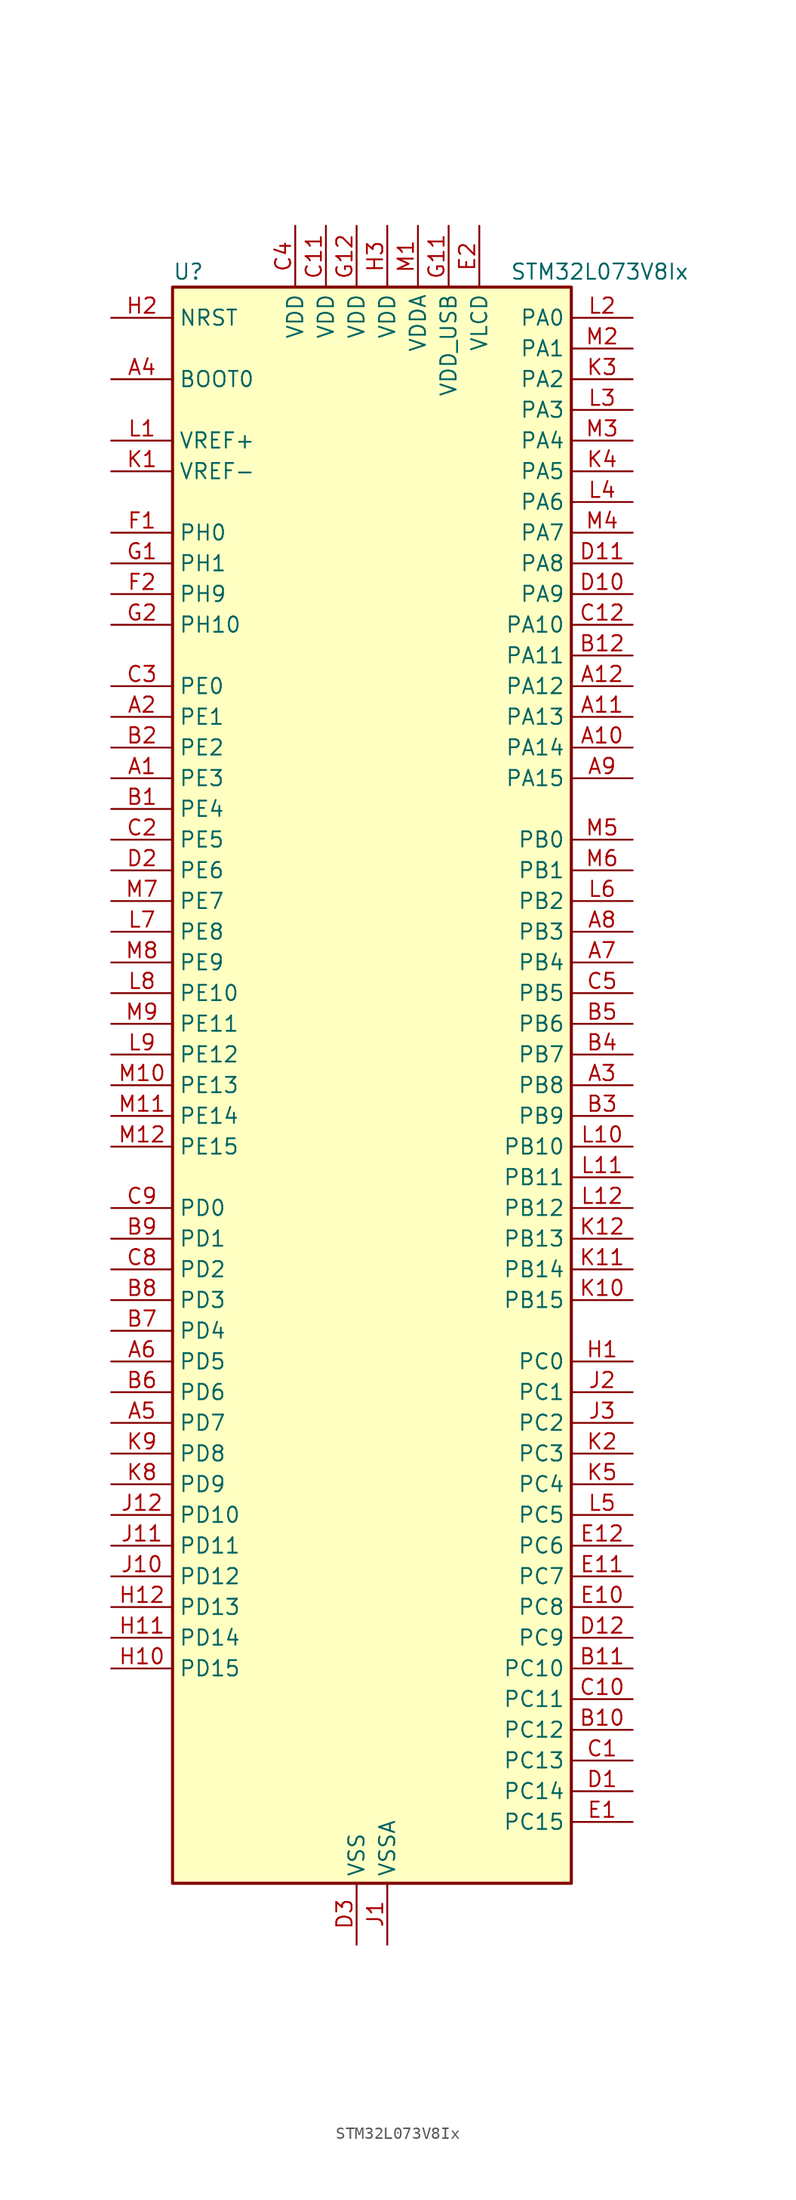
<source format=kicad_sym>
(kicad_symbol_lib
  (version 20220914)
  (generator kicad_symbol_editor)
  (symbol "STM32L073V8Ix"
    (property "Reference" "U"
      (at -15.24 67.31 0)
      (effects (font (size 1.27 1.27)) (justify left)))
    (property "Value" "STM32L073V8Ix"
      (at 12.7 67.31 0)
      (effects (font (size 1.27 1.27)) (justify left)))
    (property "ki_locked" ""
      (at 0 0 0)
      (effects (font (size 1.27 1.27))))
    (symbol "STM32L073V8Ix_0_1"
      (rectangle (start -15.24 -66.04) (end 17.78 66.04) (stroke (width 0.254) (type default)) (fill (type background))))
    (symbol "STM32L073V8Ix_1_1"
      (pin bidirectional line (at -20.32 25.4 0) (length 5.08) (name "PE3" (effects (font (size 1.27 1.27)))) (number "A1" (effects (font (size 1.27 1.27)))) (alternate "LCD_SEG39" bidirectional line) (alternate "TIM22_CH1" bidirectional line) (alternate "TIM3_CH1" bidirectional line))
      (pin bidirectional line (at 22.86 27.94 180) (length 5.08) (name "PA14" (effects (font (size 1.27 1.27)))) (number "A10" (effects (font (size 1.27 1.27)))) (alternate "LPUART1_TX" bidirectional line) (alternate "SYS_SWCLK" bidirectional line) (alternate "USART2_TX" bidirectional line))
      (pin bidirectional line (at 22.86 30.48 180) (length 5.08) (name "PA13" (effects (font (size 1.27 1.27)))) (number "A11" (effects (font (size 1.27 1.27)))) (alternate "LPUART1_RX" bidirectional line) (alternate "SYS_SWDIO" bidirectional line) (alternate "USB_NOE" bidirectional line))
      (pin bidirectional line (at 22.86 33.02 180) (length 5.08) (name "PA12" (effects (font (size 1.27 1.27)))) (number "A12" (effects (font (size 1.27 1.27)))) (alternate "COMP2_OUT" bidirectional line) (alternate "SPI1_MOSI" bidirectional line) (alternate "TSC_G4_IO4" bidirectional line) (alternate "USART1_DE" bidirectional line) (alternate "USART1_RTS" bidirectional line) (alternate "USB_DP" bidirectional line))
      (pin bidirectional line (at -20.32 30.48 0) (length 5.08) (name "PE1" (effects (font (size 1.27 1.27)))) (number "A2" (effects (font (size 1.27 1.27)))) (alternate "LCD_SEG37" bidirectional line))
      (pin bidirectional line (at 22.86 0 180) (length 5.08) (name "PB8" (effects (font (size 1.27 1.27)))) (number "A3" (effects (font (size 1.27 1.27)))) (alternate "I2C1_SCL" bidirectional line) (alternate "LCD_SEG16" bidirectional line) (alternate "TSC_SYNC" bidirectional line))
      (pin input line (at -20.32 58.42 0) (length 5.08) (name "BOOT0" (effects (font (size 1.27 1.27)))) (number "A4" (effects (font (size 1.27 1.27)))))
      (pin bidirectional line (at -20.32 -27.94 0) (length 5.08) (name "PD7" (effects (font (size 1.27 1.27)))) (number "A5" (effects (font (size 1.27 1.27)))) (alternate "TIM21_CH2" bidirectional line) (alternate "USART2_CK" bidirectional line))
      (pin bidirectional line (at -20.32 -22.86 0) (length 5.08) (name "PD5" (effects (font (size 1.27 1.27)))) (number "A6" (effects (font (size 1.27 1.27)))) (alternate "USART2_TX" bidirectional line))
      (pin bidirectional line (at 22.86 10.16 180) (length 5.08) (name "PB4" (effects (font (size 1.27 1.27)))) (number "A7" (effects (font (size 1.27 1.27)))) (alternate "COMP2_INP" bidirectional line) (alternate "I2C3_SDA" bidirectional line) (alternate "LCD_SEG8" bidirectional line) (alternate "SPI1_MISO" bidirectional line) (alternate "TIM22_CH1" bidirectional line) (alternate "TIM3_CH1" bidirectional line) (alternate "TSC_G5_IO2" bidirectional line) (alternate "USART1_CTS" bidirectional line) (alternate "USART5_RX" bidirectional line))
      (pin bidirectional line (at 22.86 12.7 180) (length 5.08) (name "PB3" (effects (font (size 1.27 1.27)))) (number "A8" (effects (font (size 1.27 1.27)))) (alternate "COMP2_INM" bidirectional line) (alternate "LCD_SEG7" bidirectional line) (alternate "SPI1_SCK" bidirectional line) (alternate "TIM2_CH2" bidirectional line) (alternate "TSC_G5_IO1" bidirectional line) (alternate "USART1_DE" bidirectional line) (alternate "USART1_RTS" bidirectional line) (alternate "USART5_TX" bidirectional line))
      (pin bidirectional line (at 22.86 25.4 180) (length 5.08) (name "PA15" (effects (font (size 1.27 1.27)))) (number "A9" (effects (font (size 1.27 1.27)))) (alternate "LCD_SEG17" bidirectional line) (alternate "SPI1_NSS" bidirectional line) (alternate "TIM2_CH1" bidirectional line) (alternate "TIM2_ETR" bidirectional line) (alternate "USART2_RX" bidirectional line) (alternate "USART4_DE" bidirectional line) (alternate "USART4_RTS" bidirectional line))
      (pin bidirectional line (at -20.32 22.86 0) (length 5.08) (name "PE4" (effects (font (size 1.27 1.27)))) (number "B1" (effects (font (size 1.27 1.27)))) (alternate "TIM22_CH2" bidirectional line) (alternate "TIM3_CH2" bidirectional line))
      (pin bidirectional line (at 22.86 -53.34 180) (length 5.08) (name "PC12" (effects (font (size 1.27 1.27)))) (number "B10" (effects (font (size 1.27 1.27)))) (alternate "LCD_COM6" bidirectional line) (alternate "LCD_SEG30" bidirectional line) (alternate "LCD_SEG50" bidirectional line) (alternate "USART4_CK" bidirectional line) (alternate "USART5_TX" bidirectional line))
      (pin bidirectional line (at 22.86 -48.26 180) (length 5.08) (name "PC10" (effects (font (size 1.27 1.27)))) (number "B11" (effects (font (size 1.27 1.27)))) (alternate "LCD_COM4" bidirectional line) (alternate "LCD_SEG28" bidirectional line) (alternate "LCD_SEG48" bidirectional line) (alternate "LPUART1_TX" bidirectional line) (alternate "USART4_TX" bidirectional line))
      (pin bidirectional line (at 22.86 35.56 180) (length 5.08) (name "PA11" (effects (font (size 1.27 1.27)))) (number "B12" (effects (font (size 1.27 1.27)))) (alternate "ADC_EXTI11" bidirectional line) (alternate "COMP1_OUT" bidirectional line) (alternate "SPI1_MISO" bidirectional line) (alternate "TSC_G4_IO3" bidirectional line) (alternate "USART1_CTS" bidirectional line) (alternate "USB_DM" bidirectional line))
      (pin bidirectional line (at -20.32 27.94 0) (length 5.08) (name "PE2" (effects (font (size 1.27 1.27)))) (number "B2" (effects (font (size 1.27 1.27)))) (alternate "LCD_SEG38" bidirectional line) (alternate "TIM3_ETR" bidirectional line))
      (pin bidirectional line (at 22.86 -2.54 180) (length 5.08) (name "PB9" (effects (font (size 1.27 1.27)))) (number "B3" (effects (font (size 1.27 1.27)))) (alternate "DAC_EXTI9" bidirectional line) (alternate "I2C1_SDA" bidirectional line) (alternate "I2S2_WS" bidirectional line) (alternate "LCD_COM3" bidirectional line) (alternate "SPI2_NSS" bidirectional line))
      (pin bidirectional line (at 22.86 2.54 180) (length 5.08) (name "PB7" (effects (font (size 1.27 1.27)))) (number "B4" (effects (font (size 1.27 1.27)))) (alternate "COMP2_INP" bidirectional line) (alternate "I2C1_SDA" bidirectional line) (alternate "LPTIM1_IN2" bidirectional line) (alternate "SYS_PVD_IN" bidirectional line) (alternate "TSC_G5_IO4" bidirectional line) (alternate "USART1_RX" bidirectional line) (alternate "USART4_CTS" bidirectional line))
      (pin bidirectional line (at 22.86 5.08 180) (length 5.08) (name "PB6" (effects (font (size 1.27 1.27)))) (number "B5" (effects (font (size 1.27 1.27)))) (alternate "COMP2_INP" bidirectional line) (alternate "I2C1_SCL" bidirectional line) (alternate "LPTIM1_ETR" bidirectional line) (alternate "TSC_G5_IO3" bidirectional line) (alternate "USART1_TX" bidirectional line))
      (pin bidirectional line (at -20.32 -25.4 0) (length 5.08) (name "PD6" (effects (font (size 1.27 1.27)))) (number "B6" (effects (font (size 1.27 1.27)))) (alternate "USART2_RX" bidirectional line))
      (pin bidirectional line (at -20.32 -20.32 0) (length 5.08) (name "PD4" (effects (font (size 1.27 1.27)))) (number "B7" (effects (font (size 1.27 1.27)))) (alternate "I2S2_SD" bidirectional line) (alternate "SPI2_MOSI" bidirectional line) (alternate "USART2_DE" bidirectional line) (alternate "USART2_RTS" bidirectional line))
      (pin bidirectional line (at -20.32 -17.78 0) (length 5.08) (name "PD3" (effects (font (size 1.27 1.27)))) (number "B8" (effects (font (size 1.27 1.27)))) (alternate "I2S2_MCK" bidirectional line) (alternate "LCD_SEG44" bidirectional line) (alternate "SPI2_MISO" bidirectional line) (alternate "USART2_CTS" bidirectional line))
      (pin bidirectional line (at -20.32 -12.7 0) (length 5.08) (name "PD1" (effects (font (size 1.27 1.27)))) (number "B9" (effects (font (size 1.27 1.27)))) (alternate "I2S2_CK" bidirectional line) (alternate "SPI2_SCK" bidirectional line))
      (pin bidirectional line (at 22.86 -55.88 180) (length 5.08) (name "PC13" (effects (font (size 1.27 1.27)))) (number "C1" (effects (font (size 1.27 1.27)))) (alternate "RTC_OUT_ALARM" bidirectional line) (alternate "RTC_OUT_CALIB" bidirectional line) (alternate "RTC_TAMP1" bidirectional line) (alternate "RTC_TS" bidirectional line) (alternate "SYS_WKUP2" bidirectional line))
      (pin bidirectional line (at 22.86 -50.8 180) (length 5.08) (name "PC11" (effects (font (size 1.27 1.27)))) (number "C10" (effects (font (size 1.27 1.27)))) (alternate "ADC_EXTI11" bidirectional line) (alternate "LCD_COM5" bidirectional line) (alternate "LCD_SEG29" bidirectional line) (alternate "LCD_SEG49" bidirectional line) (alternate "LPUART1_RX" bidirectional line) (alternate "USART4_RX" bidirectional line))
      (pin power_in line (at -2.54 71.12 270) (length 5.08) (name "VDD" (effects (font (size 1.27 1.27)))) (number "C11" (effects (font (size 1.27 1.27)))))
      (pin bidirectional line (at 22.86 38.1 180) (length 5.08) (name "PA10" (effects (font (size 1.27 1.27)))) (number "C12" (effects (font (size 1.27 1.27)))) (alternate "I2C1_SDA" bidirectional line) (alternate "LCD_COM2" bidirectional line) (alternate "TSC_G4_IO2" bidirectional line) (alternate "USART1_RX" bidirectional line))
      (pin bidirectional line (at -20.32 20.32 0) (length 5.08) (name "PE5" (effects (font (size 1.27 1.27)))) (number "C2" (effects (font (size 1.27 1.27)))) (alternate "TIM21_CH1" bidirectional line) (alternate "TIM3_CH3" bidirectional line))
      (pin bidirectional line (at -20.32 33.02 0) (length 5.08) (name "PE0" (effects (font (size 1.27 1.27)))) (number "C3" (effects (font (size 1.27 1.27)))) (alternate "LCD_SEG36" bidirectional line))
      (pin power_in line (at -5.08 71.12 270) (length 5.08) (name "VDD" (effects (font (size 1.27 1.27)))) (number "C4" (effects (font (size 1.27 1.27)))))
      (pin bidirectional line (at 22.86 7.62 180) (length 5.08) (name "PB5" (effects (font (size 1.27 1.27)))) (number "C5" (effects (font (size 1.27 1.27)))) (alternate "COMP2_INP" bidirectional line) (alternate "I2C1_SMBA" bidirectional line) (alternate "LCD_SEG9" bidirectional line) (alternate "LPTIM1_IN1" bidirectional line) (alternate "SPI1_MOSI" bidirectional line) (alternate "TIM22_CH2" bidirectional line) (alternate "TIM3_CH2" bidirectional line) (alternate "USART1_CK" bidirectional line) (alternate "USART5_CK" bidirectional line) (alternate "USART5_DE" bidirectional line) (alternate "USART5_RTS" bidirectional line))
      (pin bidirectional line (at -20.32 -15.24 0) (length 5.08) (name "PD2" (effects (font (size 1.27 1.27)))) (number "C8" (effects (font (size 1.27 1.27)))) (alternate "LCD_COM7" bidirectional line) (alternate "LCD_SEG31" bidirectional line) (alternate "LCD_SEG51" bidirectional line) (alternate "LPUART1_DE" bidirectional line) (alternate "LPUART1_RTS" bidirectional line) (alternate "TIM3_ETR" bidirectional line) (alternate "USART5_RX" bidirectional line))
      (pin bidirectional line (at -20.32 -10.16 0) (length 5.08) (name "PD0" (effects (font (size 1.27 1.27)))) (number "C9" (effects (font (size 1.27 1.27)))) (alternate "I2S2_WS" bidirectional line) (alternate "SPI2_NSS" bidirectional line) (alternate "TIM21_CH1" bidirectional line))
      (pin bidirectional line (at 22.86 -58.42 180) (length 5.08) (name "PC14" (effects (font (size 1.27 1.27)))) (number "D1" (effects (font (size 1.27 1.27)))) (alternate "RCC_OSC32_IN" bidirectional line))
      (pin bidirectional line (at 22.86 40.64 180) (length 5.08) (name "PA9" (effects (font (size 1.27 1.27)))) (number "D10" (effects (font (size 1.27 1.27)))) (alternate "DAC_EXTI9" bidirectional line) (alternate "I2C1_SCL" bidirectional line) (alternate "I2C3_SMBA" bidirectional line) (alternate "LCD_COM1" bidirectional line) (alternate "RCC_MCO" bidirectional line) (alternate "TSC_G4_IO1" bidirectional line) (alternate "USART1_TX" bidirectional line))
      (pin bidirectional line (at 22.86 43.18 180) (length 5.08) (name "PA8" (effects (font (size 1.27 1.27)))) (number "D11" (effects (font (size 1.27 1.27)))) (alternate "CRS_SYNC" bidirectional line) (alternate "I2C3_SCL" bidirectional line) (alternate "LCD_COM0" bidirectional line) (alternate "RCC_MCO" bidirectional line) (alternate "USART1_CK" bidirectional line))
      (pin bidirectional line (at 22.86 -45.72 180) (length 5.08) (name "PC9" (effects (font (size 1.27 1.27)))) (number "D12" (effects (font (size 1.27 1.27)))) (alternate "DAC_EXTI9" bidirectional line) (alternate "I2C3_SDA" bidirectional line) (alternate "LCD_SEG27" bidirectional line) (alternate "TIM21_ETR" bidirectional line) (alternate "TIM3_CH4" bidirectional line) (alternate "TSC_G8_IO4" bidirectional line) (alternate "USB_NOE" bidirectional line))
      (pin bidirectional line (at -20.32 17.78 0) (length 5.08) (name "PE6" (effects (font (size 1.27 1.27)))) (number "D2" (effects (font (size 1.27 1.27)))) (alternate "RTC_TAMP3" bidirectional line) (alternate "SYS_WKUP3" bidirectional line) (alternate "TIM21_CH2" bidirectional line) (alternate "TIM3_CH4" bidirectional line))
      (pin power_in line (at 0 -71.12 90) (length 5.08) (name "VSS" (effects (font (size 1.27 1.27)))) (number "D3" (effects (font (size 1.27 1.27)))))
      (pin bidirectional line (at 22.86 -60.96 180) (length 5.08) (name "PC15" (effects (font (size 1.27 1.27)))) (number "E1" (effects (font (size 1.27 1.27)))) (alternate "RCC_OSC32_OUT" bidirectional line))
      (pin bidirectional line (at 22.86 -43.18 180) (length 5.08) (name "PC8" (effects (font (size 1.27 1.27)))) (number "E10" (effects (font (size 1.27 1.27)))) (alternate "LCD_SEG26" bidirectional line) (alternate "TIM22_ETR" bidirectional line) (alternate "TIM3_CH3" bidirectional line) (alternate "TSC_G8_IO3" bidirectional line))
      (pin bidirectional line (at 22.86 -40.64 180) (length 5.08) (name "PC7" (effects (font (size 1.27 1.27)))) (number "E11" (effects (font (size 1.27 1.27)))) (alternate "LCD_SEG25" bidirectional line) (alternate "TIM22_CH2" bidirectional line) (alternate "TIM3_CH2" bidirectional line) (alternate "TSC_G8_IO2" bidirectional line))
      (pin bidirectional line (at 22.86 -38.1 180) (length 5.08) (name "PC6" (effects (font (size 1.27 1.27)))) (number "E12" (effects (font (size 1.27 1.27)))) (alternate "LCD_SEG24" bidirectional line) (alternate "TIM22_CH1" bidirectional line) (alternate "TIM3_CH1" bidirectional line) (alternate "TSC_G8_IO1" bidirectional line))
      (pin power_in line (at 10.16 71.12 270) (length 5.08) (name "VLCD" (effects (font (size 1.27 1.27)))) (number "E2" (effects (font (size 1.27 1.27)))))
      (pin passive line (at 0 -71.12 90) (length 5.08) hide (name "VSS" (effects (font (size 1.27 1.27)))) (number "E3" (effects (font (size 1.27 1.27)))))
      (pin bidirectional line (at -20.32 45.72 0) (length 5.08) (name "PH0" (effects (font (size 1.27 1.27)))) (number "F1" (effects (font (size 1.27 1.27)))) (alternate "CRS_SYNC" bidirectional line) (alternate "RCC_OSC_IN" bidirectional line))
      (pin passive line (at 0 -71.12 90) (length 5.08) hide (name "VSS" (effects (font (size 1.27 1.27)))) (number "F11" (effects (font (size 1.27 1.27)))))
      (pin passive line (at 0 -71.12 90) (length 5.08) hide (name "VSS" (effects (font (size 1.27 1.27)))) (number "F12" (effects (font (size 1.27 1.27)))))
      (pin bidirectional line (at -20.32 40.64 0) (length 5.08) (name "PH9" (effects (font (size 1.27 1.27)))) (number "F2" (effects (font (size 1.27 1.27)))) (alternate "DAC_EXTI9" bidirectional line))
      (pin bidirectional line (at -20.32 43.18 0) (length 5.08) (name "PH1" (effects (font (size 1.27 1.27)))) (number "G1" (effects (font (size 1.27 1.27)))) (alternate "RCC_OSC_OUT" bidirectional line))
      (pin power_in line (at 7.62 71.12 270) (length 5.08) (name "VDD_USB" (effects (font (size 1.27 1.27)))) (number "G11" (effects (font (size 1.27 1.27)))))
      (pin power_in line (at 0 71.12 270) (length 5.08) (name "VDD" (effects (font (size 1.27 1.27)))) (number "G12" (effects (font (size 1.27 1.27)))))
      (pin bidirectional line (at -20.32 38.1 0) (length 5.08) (name "PH10" (effects (font (size 1.27 1.27)))) (number "G2" (effects (font (size 1.27 1.27)))))
      (pin bidirectional line (at 22.86 -22.86 180) (length 5.08) (name "PC0" (effects (font (size 1.27 1.27)))) (number "H1" (effects (font (size 1.27 1.27)))) (alternate "ADC_IN10" bidirectional line) (alternate "I2C3_SCL" bidirectional line) (alternate "LCD_SEG18" bidirectional line) (alternate "LPTIM1_IN1" bidirectional line) (alternate "LPUART1_RX" bidirectional line) (alternate "TSC_G7_IO1" bidirectional line))
      (pin bidirectional line (at -20.32 -48.26 0) (length 5.08) (name "PD15" (effects (font (size 1.27 1.27)))) (number "H10" (effects (font (size 1.27 1.27)))) (alternate "CRS_SYNC" bidirectional line) (alternate "LCD_SEG35" bidirectional line))
      (pin bidirectional line (at -20.32 -45.72 0) (length 5.08) (name "PD14" (effects (font (size 1.27 1.27)))) (number "H11" (effects (font (size 1.27 1.27)))) (alternate "LCD_SEG34" bidirectional line))
      (pin bidirectional line (at -20.32 -43.18 0) (length 5.08) (name "PD13" (effects (font (size 1.27 1.27)))) (number "H12" (effects (font (size 1.27 1.27)))) (alternate "LCD_SEG33" bidirectional line))
      (pin input line (at -20.32 63.5 0) (length 5.08) (name "NRST" (effects (font (size 1.27 1.27)))) (number "H2" (effects (font (size 1.27 1.27)))))
      (pin power_in line (at 2.54 71.12 270) (length 5.08) (name "VDD" (effects (font (size 1.27 1.27)))) (number "H3" (effects (font (size 1.27 1.27)))))
      (pin power_in line (at 2.54 -71.12 90) (length 5.08) (name "VSSA" (effects (font (size 1.27 1.27)))) (number "J1" (effects (font (size 1.27 1.27)))))
      (pin bidirectional line (at -20.32 -40.64 0) (length 5.08) (name "PD12" (effects (font (size 1.27 1.27)))) (number "J10" (effects (font (size 1.27 1.27)))) (alternate "LCD_SEG32" bidirectional line) (alternate "LPUART1_DE" bidirectional line) (alternate "LPUART1_RTS" bidirectional line))
      (pin bidirectional line (at -20.32 -38.1 0) (length 5.08) (name "PD11" (effects (font (size 1.27 1.27)))) (number "J11" (effects (font (size 1.27 1.27)))) (alternate "ADC_EXTI11" bidirectional line) (alternate "LCD_SEG31" bidirectional line) (alternate "LPUART1_CTS" bidirectional line))
      (pin bidirectional line (at -20.32 -35.56 0) (length 5.08) (name "PD10" (effects (font (size 1.27 1.27)))) (number "J12" (effects (font (size 1.27 1.27)))) (alternate "LCD_SEG30" bidirectional line))
      (pin bidirectional line (at 22.86 -25.4 180) (length 5.08) (name "PC1" (effects (font (size 1.27 1.27)))) (number "J2" (effects (font (size 1.27 1.27)))) (alternate "ADC_IN11" bidirectional line) (alternate "I2C3_SDA" bidirectional line) (alternate "LCD_SEG19" bidirectional line) (alternate "LPTIM1_OUT" bidirectional line) (alternate "LPUART1_TX" bidirectional line) (alternate "TSC_G7_IO2" bidirectional line))
      (pin bidirectional line (at 22.86 -27.94 180) (length 5.08) (name "PC2" (effects (font (size 1.27 1.27)))) (number "J3" (effects (font (size 1.27 1.27)))) (alternate "ADC_IN12" bidirectional line) (alternate "I2S2_MCK" bidirectional line) (alternate "LCD_SEG20" bidirectional line) (alternate "LPTIM1_IN2" bidirectional line) (alternate "SPI2_MISO" bidirectional line) (alternate "TSC_G7_IO3" bidirectional line))
      (pin input line (at -20.32 50.8 0) (length 5.08) (name "VREF-" (effects (font (size 1.27 1.27)))) (number "K1" (effects (font (size 1.27 1.27)))))
      (pin bidirectional line (at 22.86 -17.78 180) (length 5.08) (name "PB15" (effects (font (size 1.27 1.27)))) (number "K10" (effects (font (size 1.27 1.27)))) (alternate "I2S2_SD" bidirectional line) (alternate "LCD_SEG15" bidirectional line) (alternate "RTC_REFIN" bidirectional line) (alternate "SPI2_MOSI" bidirectional line))
      (pin bidirectional line (at 22.86 -15.24 180) (length 5.08) (name "PB14" (effects (font (size 1.27 1.27)))) (number "K11" (effects (font (size 1.27 1.27)))) (alternate "I2C2_SDA" bidirectional line) (alternate "I2S2_MCK" bidirectional line) (alternate "LCD_SEG14" bidirectional line) (alternate "LPUART1_DE" bidirectional line) (alternate "LPUART1_RTS" bidirectional line) (alternate "RTC_OUT_ALARM" bidirectional line) (alternate "RTC_OUT_CALIB" bidirectional line) (alternate "SPI2_MISO" bidirectional line) (alternate "TIM21_CH2" bidirectional line) (alternate "TSC_G6_IO4" bidirectional line))
      (pin bidirectional line (at 22.86 -12.7 180) (length 5.08) (name "PB13" (effects (font (size 1.27 1.27)))) (number "K12" (effects (font (size 1.27 1.27)))) (alternate "I2C2_SCL" bidirectional line) (alternate "I2S2_CK" bidirectional line) (alternate "LCD_SEG13" bidirectional line) (alternate "LPUART1_CTS" bidirectional line) (alternate "RCC_MCO" bidirectional line) (alternate "SPI2_SCK" bidirectional line) (alternate "TIM21_CH1" bidirectional line) (alternate "TSC_G6_IO3" bidirectional line))
      (pin bidirectional line (at 22.86 -30.48 180) (length 5.08) (name "PC3" (effects (font (size 1.27 1.27)))) (number "K2" (effects (font (size 1.27 1.27)))) (alternate "ADC_IN13" bidirectional line) (alternate "I2S2_SD" bidirectional line) (alternate "LCD_SEG21" bidirectional line) (alternate "LPTIM1_ETR" bidirectional line) (alternate "SPI2_MOSI" bidirectional line) (alternate "TSC_G7_IO4" bidirectional line))
      (pin bidirectional line (at 22.86 58.42 180) (length 5.08) (name "PA2" (effects (font (size 1.27 1.27)))) (number "K3" (effects (font (size 1.27 1.27)))) (alternate "ADC_IN2" bidirectional line) (alternate "COMP2_INM" bidirectional line) (alternate "COMP2_OUT" bidirectional line) (alternate "LCD_SEG1" bidirectional line) (alternate "LPUART1_TX" bidirectional line) (alternate "TIM21_CH1" bidirectional line) (alternate "TIM2_CH3" bidirectional line) (alternate "TSC_G1_IO3" bidirectional line) (alternate "USART2_TX" bidirectional line))
      (pin bidirectional line (at 22.86 50.8 180) (length 5.08) (name "PA5" (effects (font (size 1.27 1.27)))) (number "K4" (effects (font (size 1.27 1.27)))) (alternate "ADC_IN5" bidirectional line) (alternate "COMP1_INM" bidirectional line) (alternate "COMP2_INM" bidirectional line) (alternate "DAC_OUT2" bidirectional line) (alternate "SPI1_SCK" bidirectional line) (alternate "TIM2_CH1" bidirectional line) (alternate "TIM2_ETR" bidirectional line) (alternate "TSC_G2_IO2" bidirectional line))
      (pin bidirectional line (at 22.86 -33.02 180) (length 5.08) (name "PC4" (effects (font (size 1.27 1.27)))) (number "K5" (effects (font (size 1.27 1.27)))) (alternate "ADC_IN14" bidirectional line) (alternate "LCD_SEG22" bidirectional line) (alternate "LPUART1_TX" bidirectional line))
      (pin bidirectional line (at -20.32 -33.02 0) (length 5.08) (name "PD9" (effects (font (size 1.27 1.27)))) (number "K8" (effects (font (size 1.27 1.27)))) (alternate "DAC_EXTI9" bidirectional line) (alternate "LCD_SEG29" bidirectional line) (alternate "LPUART1_RX" bidirectional line))
      (pin bidirectional line (at -20.32 -30.48 0) (length 5.08) (name "PD8" (effects (font (size 1.27 1.27)))) (number "K9" (effects (font (size 1.27 1.27)))) (alternate "LCD_SEG28" bidirectional line) (alternate "LPUART1_TX" bidirectional line))
      (pin input line (at -20.32 53.34 0) (length 5.08) (name "VREF+" (effects (font (size 1.27 1.27)))) (number "L1" (effects (font (size 1.27 1.27)))))
      (pin bidirectional line (at 22.86 -5.08 180) (length 5.08) (name "PB10" (effects (font (size 1.27 1.27)))) (number "L10" (effects (font (size 1.27 1.27)))) (alternate "I2C2_SCL" bidirectional line) (alternate "LCD_SEG10" bidirectional line) (alternate "LPUART1_RX" bidirectional line) (alternate "LPUART1_TX" bidirectional line) (alternate "SPI2_SCK" bidirectional line) (alternate "TIM2_CH3" bidirectional line) (alternate "TSC_SYNC" bidirectional line))
      (pin bidirectional line (at 22.86 -7.62 180) (length 5.08) (name "PB11" (effects (font (size 1.27 1.27)))) (number "L11" (effects (font (size 1.27 1.27)))) (alternate "ADC_EXTI11" bidirectional line) (alternate "I2C2_SDA" bidirectional line) (alternate "LCD_SEG11" bidirectional line) (alternate "LPUART1_RX" bidirectional line) (alternate "LPUART1_TX" bidirectional line) (alternate "TIM2_CH4" bidirectional line) (alternate "TSC_G6_IO1" bidirectional line))
      (pin bidirectional line (at 22.86 -10.16 180) (length 5.08) (name "PB12" (effects (font (size 1.27 1.27)))) (number "L12" (effects (font (size 1.27 1.27)))) (alternate "I2S2_WS" bidirectional line) (alternate "LCD_SEG12" bidirectional line) (alternate "LCD_VLCD2" bidirectional line) (alternate "LPUART1_DE" bidirectional line) (alternate "LPUART1_RTS" bidirectional line) (alternate "SPI2_NSS" bidirectional line) (alternate "TSC_G6_IO2" bidirectional line))
      (pin bidirectional line (at 22.86 63.5 180) (length 5.08) (name "PA0" (effects (font (size 1.27 1.27)))) (number "L2" (effects (font (size 1.27 1.27)))) (alternate "ADC_IN0" bidirectional line) (alternate "COMP1_INM" bidirectional line) (alternate "COMP1_OUT" bidirectional line) (alternate "RTC_TAMP2" bidirectional line) (alternate "SYS_WKUP1" bidirectional line) (alternate "TIM2_CH1" bidirectional line) (alternate "TIM2_ETR" bidirectional line) (alternate "TSC_G1_IO1" bidirectional line) (alternate "USART2_CTS" bidirectional line) (alternate "USART4_TX" bidirectional line))
      (pin bidirectional line (at 22.86 55.88 180) (length 5.08) (name "PA3" (effects (font (size 1.27 1.27)))) (number "L3" (effects (font (size 1.27 1.27)))) (alternate "ADC_IN3" bidirectional line) (alternate "COMP2_INP" bidirectional line) (alternate "LCD_SEG2" bidirectional line) (alternate "LPUART1_RX" bidirectional line) (alternate "TIM21_CH2" bidirectional line) (alternate "TIM2_CH4" bidirectional line) (alternate "TSC_G1_IO4" bidirectional line) (alternate "USART2_RX" bidirectional line))
      (pin bidirectional line (at 22.86 48.26 180) (length 5.08) (name "PA6" (effects (font (size 1.27 1.27)))) (number "L4" (effects (font (size 1.27 1.27)))) (alternate "ADC_IN6" bidirectional line) (alternate "COMP1_OUT" bidirectional line) (alternate "LCD_SEG3" bidirectional line) (alternate "LPUART1_CTS" bidirectional line) (alternate "SPI1_MISO" bidirectional line) (alternate "TIM22_CH1" bidirectional line) (alternate "TIM3_CH1" bidirectional line) (alternate "TSC_G2_IO3" bidirectional line))
      (pin bidirectional line (at 22.86 -35.56 180) (length 5.08) (name "PC5" (effects (font (size 1.27 1.27)))) (number "L5" (effects (font (size 1.27 1.27)))) (alternate "ADC_IN15" bidirectional line) (alternate "LCD_SEG23" bidirectional line) (alternate "LPUART1_RX" bidirectional line) (alternate "TSC_G3_IO1" bidirectional line))
      (pin bidirectional line (at 22.86 15.24 180) (length 5.08) (name "PB2" (effects (font (size 1.27 1.27)))) (number "L6" (effects (font (size 1.27 1.27)))) (alternate "I2C3_SMBA" bidirectional line) (alternate "LCD_VLCD2" bidirectional line) (alternate "LPTIM1_OUT" bidirectional line) (alternate "TSC_G3_IO4" bidirectional line))
      (pin bidirectional line (at -20.32 12.7 0) (length 5.08) (name "PE8" (effects (font (size 1.27 1.27)))) (number "L7" (effects (font (size 1.27 1.27)))) (alternate "LCD_SEG46" bidirectional line) (alternate "USART4_TX" bidirectional line))
      (pin bidirectional line (at -20.32 7.62 0) (length 5.08) (name "PE10" (effects (font (size 1.27 1.27)))) (number "L8" (effects (font (size 1.27 1.27)))) (alternate "LCD_SEG40" bidirectional line) (alternate "TIM2_CH2" bidirectional line) (alternate "USART5_TX" bidirectional line))
      (pin bidirectional line (at -20.32 2.54 0) (length 5.08) (name "PE12" (effects (font (size 1.27 1.27)))) (number "L9" (effects (font (size 1.27 1.27)))) (alternate "LCD_VLCD3" bidirectional line) (alternate "SPI1_NSS" bidirectional line) (alternate "TIM2_CH4" bidirectional line))
      (pin power_in line (at 5.08 71.12 270) (length 5.08) (name "VDDA" (effects (font (size 1.27 1.27)))) (number "M1" (effects (font (size 1.27 1.27)))))
      (pin bidirectional line (at -20.32 0 0) (length 5.08) (name "PE13" (effects (font (size 1.27 1.27)))) (number "M10" (effects (font (size 1.27 1.27)))) (alternate "LCD_SEG41" bidirectional line) (alternate "SPI1_SCK" bidirectional line))
      (pin bidirectional line (at -20.32 -2.54 0) (length 5.08) (name "PE14" (effects (font (size 1.27 1.27)))) (number "M11" (effects (font (size 1.27 1.27)))) (alternate "LCD_SEG42" bidirectional line) (alternate "SPI1_MISO" bidirectional line))
      (pin bidirectional line (at -20.32 -5.08 0) (length 5.08) (name "PE15" (effects (font (size 1.27 1.27)))) (number "M12" (effects (font (size 1.27 1.27)))) (alternate "LCD_SEG43" bidirectional line) (alternate "SPI1_MOSI" bidirectional line))
      (pin bidirectional line (at 22.86 60.96 180) (length 5.08) (name "PA1" (effects (font (size 1.27 1.27)))) (number "M2" (effects (font (size 1.27 1.27)))) (alternate "ADC_IN1" bidirectional line) (alternate "COMP1_INP" bidirectional line) (alternate "LCD_SEG0" bidirectional line) (alternate "TIM21_ETR" bidirectional line) (alternate "TIM2_CH2" bidirectional line) (alternate "TSC_G1_IO2" bidirectional line) (alternate "USART2_DE" bidirectional line) (alternate "USART2_RTS" bidirectional line) (alternate "USART4_RX" bidirectional line))
      (pin bidirectional line (at 22.86 53.34 180) (length 5.08) (name "PA4" (effects (font (size 1.27 1.27)))) (number "M3" (effects (font (size 1.27 1.27)))) (alternate "ADC_IN4" bidirectional line) (alternate "COMP1_INM" bidirectional line) (alternate "COMP2_INM" bidirectional line) (alternate "DAC_OUT1" bidirectional line) (alternate "SPI1_NSS" bidirectional line) (alternate "TIM22_ETR" bidirectional line) (alternate "TSC_G2_IO1" bidirectional line) (alternate "USART2_CK" bidirectional line))
      (pin bidirectional line (at 22.86 45.72 180) (length 5.08) (name "PA7" (effects (font (size 1.27 1.27)))) (number "M4" (effects (font (size 1.27 1.27)))) (alternate "ADC_IN7" bidirectional line) (alternate "COMP2_OUT" bidirectional line) (alternate "LCD_SEG4" bidirectional line) (alternate "SPI1_MOSI" bidirectional line) (alternate "TIM22_CH2" bidirectional line) (alternate "TIM3_CH2" bidirectional line) (alternate "TSC_G2_IO4" bidirectional line))
      (pin bidirectional line (at 22.86 20.32 180) (length 5.08) (name "PB0" (effects (font (size 1.27 1.27)))) (number "M5" (effects (font (size 1.27 1.27)))) (alternate "ADC_IN8" bidirectional line) (alternate "LCD_SEG5" bidirectional line) (alternate "LCD_VLCD3" bidirectional line) (alternate "SYS_VREF_OUT_PB0" bidirectional line) (alternate "TIM3_CH3" bidirectional line) (alternate "TSC_G3_IO2" bidirectional line))
      (pin bidirectional line (at 22.86 17.78 180) (length 5.08) (name "PB1" (effects (font (size 1.27 1.27)))) (number "M6" (effects (font (size 1.27 1.27)))) (alternate "ADC_IN9" bidirectional line) (alternate "LCD_SEG6" bidirectional line) (alternate "LPUART1_DE" bidirectional line) (alternate "LPUART1_RTS" bidirectional line) (alternate "SYS_VREF_OUT_PB1" bidirectional line) (alternate "TIM3_CH4" bidirectional line) (alternate "TSC_G3_IO3" bidirectional line))
      (pin bidirectional line (at -20.32 15.24 0) (length 5.08) (name "PE7" (effects (font (size 1.27 1.27)))) (number "M7" (effects (font (size 1.27 1.27)))) (alternate "LCD_SEG45" bidirectional line) (alternate "USART5_CK" bidirectional line) (alternate "USART5_DE" bidirectional line) (alternate "USART5_RTS" bidirectional line))
      (pin bidirectional line (at -20.32 10.16 0) (length 5.08) (name "PE9" (effects (font (size 1.27 1.27)))) (number "M8" (effects (font (size 1.27 1.27)))) (alternate "DAC_EXTI9" bidirectional line) (alternate "LCD_SEG47" bidirectional line) (alternate "TIM2_CH1" bidirectional line) (alternate "TIM2_ETR" bidirectional line) (alternate "USART4_RX" bidirectional line))
      (pin bidirectional line (at -20.32 5.08 0) (length 5.08) (name "PE11" (effects (font (size 1.27 1.27)))) (number "M9" (effects (font (size 1.27 1.27)))) (alternate "ADC_EXTI11" bidirectional line) (alternate "LCD_VLCD1" bidirectional line) (alternate "TIM2_CH3" bidirectional line) (alternate "USART5_RX" bidirectional line)))))
</source>
